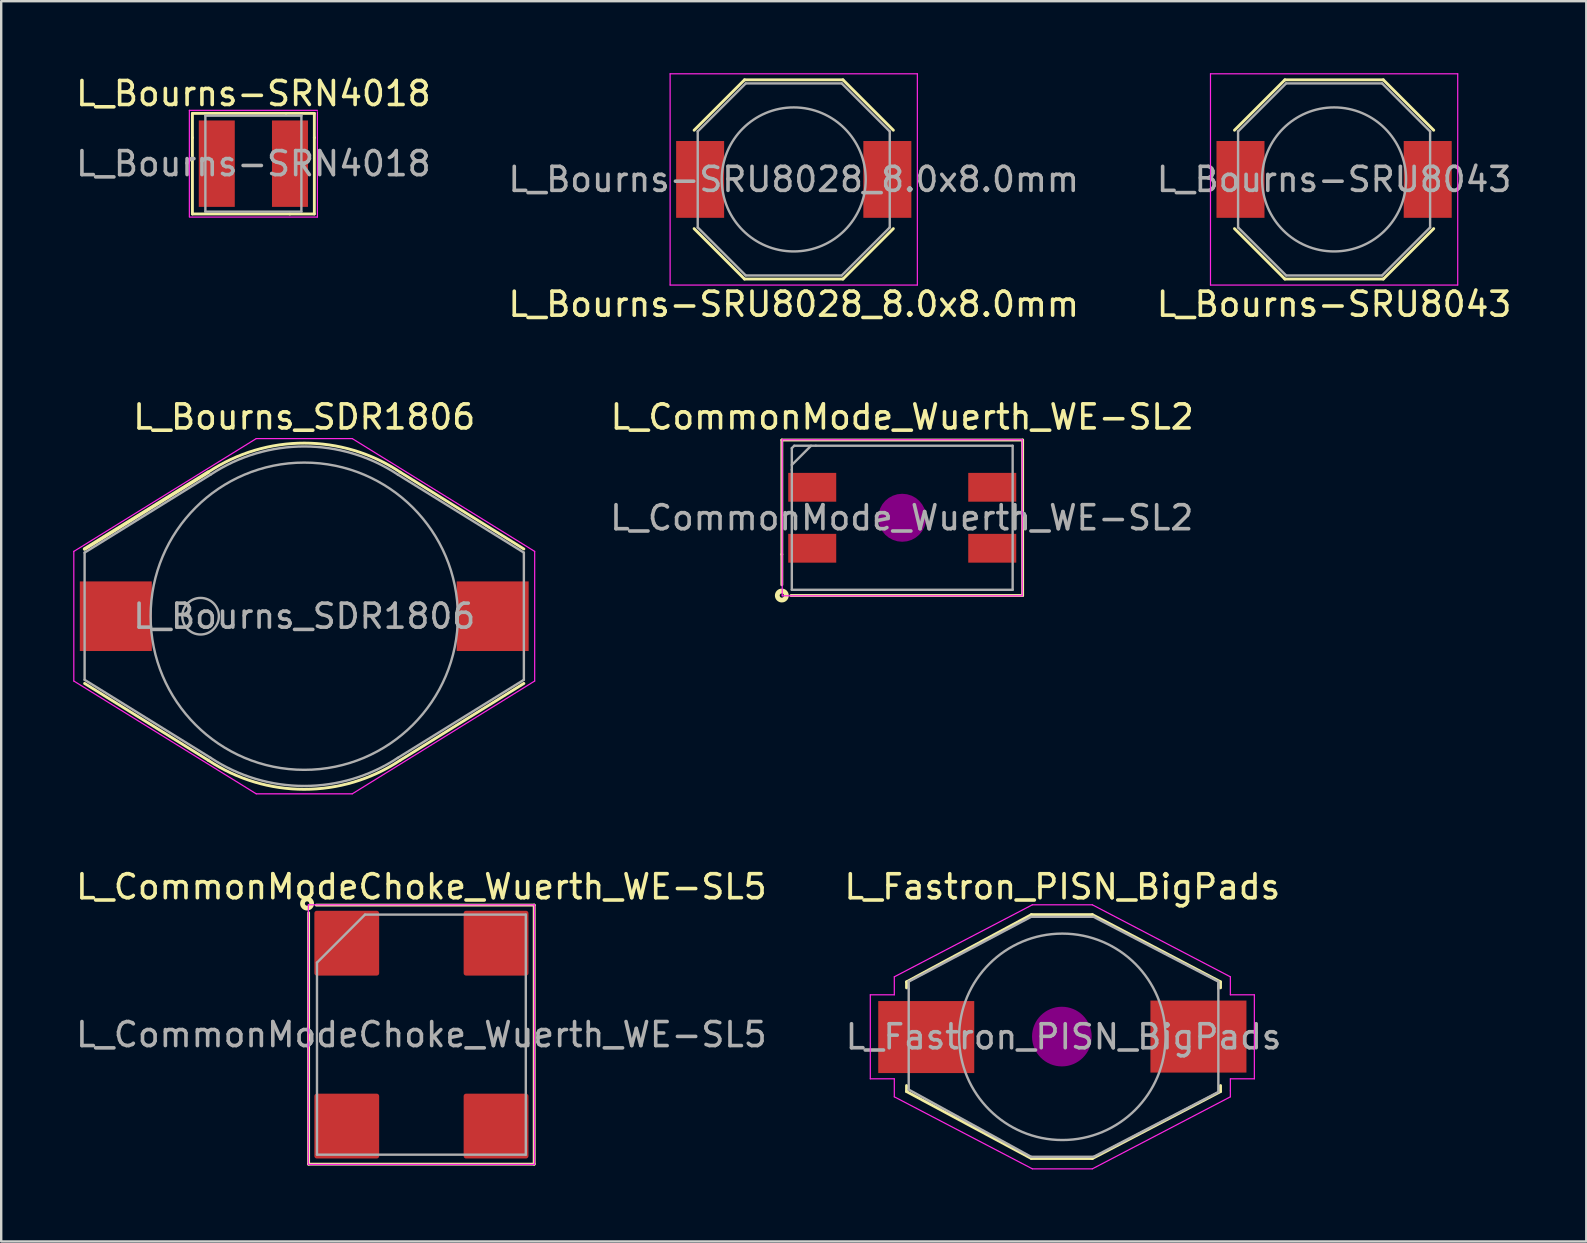
<source format=kicad_pcb>
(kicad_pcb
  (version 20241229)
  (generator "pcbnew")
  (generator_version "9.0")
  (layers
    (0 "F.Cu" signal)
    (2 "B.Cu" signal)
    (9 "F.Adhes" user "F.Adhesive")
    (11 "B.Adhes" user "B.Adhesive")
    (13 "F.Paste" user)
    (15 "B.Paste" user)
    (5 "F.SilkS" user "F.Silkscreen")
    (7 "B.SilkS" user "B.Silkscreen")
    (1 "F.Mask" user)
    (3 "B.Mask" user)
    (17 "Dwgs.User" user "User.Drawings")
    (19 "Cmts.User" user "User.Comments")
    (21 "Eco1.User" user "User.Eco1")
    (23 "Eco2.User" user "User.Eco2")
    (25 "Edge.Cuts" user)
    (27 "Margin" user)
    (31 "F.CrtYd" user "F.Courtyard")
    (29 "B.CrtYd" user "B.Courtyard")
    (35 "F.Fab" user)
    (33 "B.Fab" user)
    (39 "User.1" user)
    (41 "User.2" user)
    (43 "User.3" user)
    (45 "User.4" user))
  (footprint "L_Bourns-SRU8043"
    (layer "F.Cu")
    (at 52.53 4.425)
    (property "Reference" "L_Bourns-SRU8043" (at 0 5.2 0) (layer "F.SilkS") (effects (font (size 1 1) (thickness 0.15))))
    (attr smd)
    (fp_line (start -2.05 -4.15) (end -4.15 -2.05) (stroke (width 0.12) (type solid)) (layer "F.SilkS"))
    (fp_line (start -2.05 -4.15) (end 2.05 -4.15) (stroke (width 0.12) (type solid)) (layer "F.SilkS"))
    (fp_line (start -2.05 4.15) (end -4.15 2.05) (stroke (width 0.12) (type solid)) (layer "F.SilkS"))
    (fp_line (start 2.05 -4.15) (end 4.15 -2.05) (stroke (width 0.12) (type solid)) (layer "F.SilkS"))
    (fp_line (start 2.05 4.15) (end -2.05 4.15) (stroke (width 0.12) (type solid)) (layer "F.SilkS"))
    (fp_line (start 2.05 4.15) (end 4.15 2.05) (stroke (width 0.12) (type solid)) (layer "F.SilkS"))
    (fp_line (start -5.15 -4.4) (end 5.15 -4.4) (stroke (width 0.05) (type solid)) (layer "F.CrtYd"))
    (fp_line (start -5.15 4.4) (end -5.15 -4.4) (stroke (width 0.05) (type solid)) (layer "F.CrtYd"))
    (fp_line (start 5.15 -4.4) (end 5.15 4.4) (stroke (width 0.05) (type solid)) (layer "F.CrtYd"))
    (fp_line (start 5.15 4.4) (end -5.15 4.4) (stroke (width 0.05) (type solid)) (layer "F.CrtYd"))
    (fp_line (start -4 -2) (end -2 -4) (stroke (width 0.1) (type solid)) (layer "F.Fab"))
    (fp_line (start -4 2) (end -4 -2) (stroke (width 0.1) (type solid)) (layer "F.Fab"))
    (fp_line (start -2 -4) (end 2 -4) (stroke (width 0.1) (type solid)) (layer "F.Fab"))
    (fp_line (start -2 4) (end -4 2) (stroke (width 0.1) (type solid)) (layer "F.Fab"))
    (fp_line (start 2 -4) (end 4 -2) (stroke (width 0.1) (type solid)) (layer "F.Fab"))
    (fp_line (start 2 4) (end -2 4) (stroke (width 0.1) (type solid)) (layer "F.Fab"))
    (fp_line (start 4 -2) (end 4 2) (stroke (width 0.1) (type solid)) (layer "F.Fab"))
    (fp_line (start 4 2) (end 2 4) (stroke (width 0.1) (type solid)) (layer "F.Fab"))
    (fp_circle (center 0 0) (end 0 -3) (stroke (width 0.1) (type solid)) (fill no) (layer "F.Fab"))
    (fp_text user "${REFERENCE}" (at 0 0 0) (layer "F.Fab") (effects (font (size 1 1) (thickness 0.15))))
    (pad "1" smd rect (at -3.9 0) (size 2 3.2) (layers "F.Cu" "F.Mask" "F.Paste"))
    (pad "2" smd rect (at 3.9 0) (size 2 3.2) (layers "F.Cu" "F.Mask" "F.Paste")))
  (footprint "L_Fastron_PISN_BigPads"
    (layer "F.Cu")
    (at 41.208 40.145)
    (property "Reference" "L_Fastron_PISN_BigPads" (at 0 -6.25 0) (layer "F.SilkS") (effects (font (size 1 1) (thickness 0.15))))
    (attr smd)
    (fp_line (start -6.49 -2.29) (end -6.49 -2.04) (stroke (width 0.12) (type solid)) (layer "F.SilkS"))
    (fp_line (start -6.49 2.28) (end -6.49 2.03) (stroke (width 0.12) (type solid)) (layer "F.SilkS"))
    (fp_line (start -1.29 -5.09) (end -6.49 -2.29) (stroke (width 0.12) (type solid)) (layer "F.SilkS"))
    (fp_line (start -1.29 -5.09) (end 1.25 -5.09) (stroke (width 0.12) (type solid)) (layer "F.SilkS"))
    (fp_line (start -1.29 5.07) (end -6.49 2.28) (stroke (width 0.12) (type solid)) (layer "F.SilkS"))
    (fp_line (start -1.29 5.07) (end 1.25 5.07) (stroke (width 0.12) (type solid)) (layer "F.SilkS"))
    (fp_line (start 1.25 -5.09) (end 6.59 -2.29) (stroke (width 0.12) (type solid)) (layer "F.SilkS"))
    (fp_line (start 1.25 5.07) (end 6.59 2.28) (stroke (width 0.12) (type solid)) (layer "F.SilkS"))
    (fp_line (start 6.59 -2.29) (end 6.59 -2.04) (stroke (width 0.12) (type solid)) (layer "F.SilkS"))
    (fp_line (start 6.59 2.28) (end 6.59 2.03) (stroke (width 0.12) (type solid)) (layer "F.SilkS"))
    (fp_line (start -0.02 -0.26) (end -0.02 0.25) (stroke (width 0.38) (type solid)) (layer "F.Adhes"))
    (fp_circle (center -0.02 -0.01) (end -0.02 0.5) (stroke (width 0.38) (type solid)) (fill no) (layer "F.Adhes"))
    (fp_circle (center -0.02 -0.01) (end 0.24 -0.01) (stroke (width 0.38) (type solid)) (fill no) (layer "F.Adhes"))
    (fp_circle (center -0.02 -0.01) (end 0.24 0.76) (stroke (width 0.38) (type solid)) (fill no) (layer "F.Adhes"))
    (fp_circle (center -0.02 -0.01) (end 0.24 1.01) (stroke (width 0.38) (type solid)) (fill no) (layer "F.Adhes"))
    (fp_line (start -8 -1.75) (end -8 1.75) (stroke (width 0.05) (type solid)) (layer "F.CrtYd"))
    (fp_line (start -8 1.75) (end -7 1.75) (stroke (width 0.05) (type solid)) (layer "F.CrtYd"))
    (fp_line (start -7 -2.5) (end -7 -1.75) (stroke (width 0.05) (type solid)) (layer "F.CrtYd"))
    (fp_line (start -7 -2.5) (end -1.25 -5.5) (stroke (width 0.05) (type solid)) (layer "F.CrtYd"))
    (fp_line (start -7 -1.75) (end -8 -1.75) (stroke (width 0.05) (type solid)) (layer "F.CrtYd"))
    (fp_line (start -7 1.75) (end -7 2.5) (stroke (width 0.05) (type solid)) (layer "F.CrtYd"))
    (fp_line (start -1.25 -5.5) (end 1.25 -5.5) (stroke (width 0.05) (type solid)) (layer "F.CrtYd"))
    (fp_line (start -1.25 5.5) (end -7 2.5) (stroke (width 0.05) (type solid)) (layer "F.CrtYd"))
    (fp_line (start 1.25 -5.5) (end 7 -2.5) (stroke (width 0.05) (type solid)) (layer "F.CrtYd"))
    (fp_line (start 1.25 5.5) (end -1.25 5.5) (stroke (width 0.05) (type solid)) (layer "F.CrtYd"))
    (fp_line (start 7 -1.75) (end 7 -2.5) (stroke (width 0.05) (type solid)) (layer "F.CrtYd"))
    (fp_line (start 7 1.75) (end 8 1.75) (stroke (width 0.05) (type solid)) (layer "F.CrtYd"))
    (fp_line (start 7 2.25) (end 7 1.75) (stroke (width 0.05) (type solid)) (layer "F.CrtYd"))
    (fp_line (start 7 2.25) (end 7 2.5) (stroke (width 0.05) (type solid)) (layer "F.CrtYd"))
    (fp_line (start 7 2.5) (end 1.25 5.5) (stroke (width 0.05) (type solid)) (layer "F.CrtYd"))
    (fp_line (start 8 -1.75) (end 7 -1.75) (stroke (width 0.05) (type solid)) (layer "F.CrtYd"))
    (fp_line (start 8 1.75) (end 8 -1.75) (stroke (width 0.05) (type solid)) (layer "F.CrtYd"))
    (fp_line (start -6.4 -2.3) (end -1.3 -5) (stroke (width 0.1) (type solid)) (layer "F.Fab"))
    (fp_line (start -6.4 -2) (end -6.4 -2.3) (stroke (width 0.1) (type solid)) (layer "F.Fab"))
    (fp_line (start -6.4 -2) (end -6.4 2.2) (stroke (width 0.1) (type solid)) (layer "F.Fab"))
    (fp_line (start -6.4 2.2) (end -1.3 5) (stroke (width 0.1) (type solid)) (layer "F.Fab"))
    (fp_line (start -1.3 -5) (end 1.3 -5) (stroke (width 0.1) (type solid)) (layer "F.Fab"))
    (fp_line (start -1.3 5) (end 1.3 5) (stroke (width 0.1) (type solid)) (layer "F.Fab"))
    (fp_line (start 1.3 -5) (end 6.5 -2.3) (stroke (width 0.1) (type solid)) (layer "F.Fab"))
    (fp_line (start 1.3 5) (end 6.5 2.3) (stroke (width 0.1) (type solid)) (layer "F.Fab"))
    (fp_line (start 6.5 -2.3) (end 6.5 -2) (stroke (width 0.1) (type solid)) (layer "F.Fab"))
    (fp_line (start 6.5 2.3) (end 6.5 -2.2) (stroke (width 0.1) (type solid)) (layer "F.Fab"))
    (fp_circle (center 0 0) (end 0 -4.3) (stroke (width 0.1) (type solid)) (fill no) (layer "F.Fab"))
    (fp_text user "${REFERENCE}" (at 0.05 0 0) (layer "F.Fab") (effects (font (size 1 1) (thickness 0.15))))
    (pad "1" smd rect (at 5.67 -0.01) (size 4 3) (layers "F.Cu" "F.Mask" "F.Paste"))
    (pad "2" smd rect (at -5.67 0.01) (size 4 3) (layers "F.Cu" "F.Mask" "F.Paste")))
  (footprint "L_CommonModeChoke_Wuerth_WE-SL5"
    (layer "F.Cu")
    (at 14.506 40.054)
    (property "Reference" "L_CommonModeChoke_Wuerth_WE-SL5" (at 0 -6.16 0) (layer "F.SilkS") (effects (font (size 1 1) (thickness 0.15))))
    (attr smd)
    (fp_line (start -4.699 5.397) (end -4.699 -5.08) (stroke (width 0.12) (type solid)) (layer "F.SilkS"))
    (fp_line (start -4.699 5.397) (end 4.699 5.397) (stroke (width 0.12) (type solid)) (layer "F.SilkS"))
    (fp_line (start 4.699 -5.397) (end -4.381 -5.397) (stroke (width 0.12) (type solid)) (layer "F.SilkS"))
    (fp_line (start 4.699 5.397) (end 4.699 -5.397) (stroke (width 0.12) (type solid)) (layer "F.SilkS"))
    (fp_circle (center -4.763 -5.461) (end -4.673 -5.461) (stroke (width 0.2) (type solid)) (fill no) (layer "F.SilkS"))
    (fp_line (start -4.71 -5.41) (end 4.71 -5.41) (stroke (width 0.05) (type solid)) (layer "F.CrtYd"))
    (fp_line (start -4.71 5.41) (end -4.71 -5.41) (stroke (width 0.05) (type solid)) (layer "F.CrtYd"))
    (fp_line (start -4.71 5.41) (end 4.71 5.41) (stroke (width 0.05) (type solid)) (layer "F.CrtYd"))
    (fp_line (start 4.71 5.41) (end 4.71 -5.41) (stroke (width 0.05) (type solid)) (layer "F.CrtYd"))
    (fp_line (start -4.35 -3) (end -2.35 -5) (stroke (width 0.1) (type solid)) (layer "F.Fab"))
    (fp_line (start -4.35 5) (end -4.35 -3) (stroke (width 0.1) (type solid)) (layer "F.Fab"))
    (fp_line (start -2.35 -5) (end 4.35 -5) (stroke (width 0.1) (type solid)) (layer "F.Fab"))
    (fp_line (start 4.35 -5) (end 4.35 5) (stroke (width 0.1) (type solid)) (layer "F.Fab"))
    (fp_line (start 4.35 5) (end -4.35 5) (stroke (width 0.1) (type solid)) (layer "F.Fab"))
    (fp_text user "${REFERENCE}" (at 0 0 0) (layer "F.Fab") (effects (font (size 1 1) (thickness 0.15))))
    (pad "1" smd roundrect (at -3.11 -3.81 90) (size 2.7 2.7) (layers "F.Cu" "F.Mask" "F.Paste") (roundrect_rratio 0.037))
    (pad "2" smd roundrect (at -3.11 3.81 90) (size 2.7 2.7) (layers "F.Cu" "F.Mask" "F.Paste") (roundrect_rratio 0.037))
    (pad "3" smd roundrect (at 3.11 3.81 90) (size 2.7 2.7) (layers "F.Cu" "F.Mask" "F.Paste") (roundrect_rratio 0.037))
    (pad "4" smd roundrect (at 3.11 -3.81 90) (size 2.7 2.7) (layers "F.Cu" "F.Mask" "F.Paste") (roundrect_rratio 0.037)))
  (footprint "L_Bourns-SRU8028_8.0x8.0mm"
    (layer "F.Cu")
    (at 30.018 4.425)
    (property "Reference" "L_Bourns-SRU8028_8.0x8.0mm" (at 0 5.2 0) (layer "F.SilkS") (effects (font (size 1 1) (thickness 0.15))))
    (attr smd)
    (fp_line (start -2.05 -4.15) (end -4.15 -2.05) (stroke (width 0.12) (type solid)) (layer "F.SilkS"))
    (fp_line (start -2.05 -4.15) (end 2.05 -4.15) (stroke (width 0.12) (type solid)) (layer "F.SilkS"))
    (fp_line (start -2.05 4.15) (end -4.15 2.05) (stroke (width 0.12) (type solid)) (layer "F.SilkS"))
    (fp_line (start 2.05 -4.15) (end 4.15 -2.05) (stroke (width 0.12) (type solid)) (layer "F.SilkS"))
    (fp_line (start 2.05 4.15) (end -2.05 4.15) (stroke (width 0.12) (type solid)) (layer "F.SilkS"))
    (fp_line (start 2.05 4.15) (end 4.15 2.05) (stroke (width 0.12) (type solid)) (layer "F.SilkS"))
    (fp_line (start -5.15 -4.4) (end 5.15 -4.4) (stroke (width 0.05) (type solid)) (layer "F.CrtYd"))
    (fp_line (start -5.15 4.4) (end -5.15 -4.4) (stroke (width 0.05) (type solid)) (layer "F.CrtYd"))
    (fp_line (start 5.15 -4.4) (end 5.15 4.4) (stroke (width 0.05) (type solid)) (layer "F.CrtYd"))
    (fp_line (start 5.15 4.4) (end -5.15 4.4) (stroke (width 0.05) (type solid)) (layer "F.CrtYd"))
    (fp_line (start -4 -2) (end -2 -4) (stroke (width 0.1) (type solid)) (layer "F.Fab"))
    (fp_line (start -4 2) (end -4 -2) (stroke (width 0.1) (type solid)) (layer "F.Fab"))
    (fp_line (start -2 -4) (end 2 -4) (stroke (width 0.1) (type solid)) (layer "F.Fab"))
    (fp_line (start -2 4) (end -4 2) (stroke (width 0.1) (type solid)) (layer "F.Fab"))
    (fp_line (start 2 -4) (end 4 -2) (stroke (width 0.1) (type solid)) (layer "F.Fab"))
    (fp_line (start 2 4) (end -2 4) (stroke (width 0.1) (type solid)) (layer "F.Fab"))
    (fp_line (start 4 -2) (end 4 2) (stroke (width 0.1) (type solid)) (layer "F.Fab"))
    (fp_line (start 4 2) (end 2 4) (stroke (width 0.1) (type solid)) (layer "F.Fab"))
    (fp_circle (center 0 0) (end 0 -3) (stroke (width 0.1) (type solid)) (fill no) (layer "F.Fab"))
    (fp_text user "${REFERENCE}" (at 0 0 0) (layer "F.Fab") (effects (font (size 1 1) (thickness 0.15))))
    (pad "1" smd rect (at -3.9 0) (size 2 3.2) (layers "F.Cu" "F.Mask" "F.Paste"))
    (pad "2" smd rect (at 3.9 0) (size 2 3.2) (layers "F.Cu" "F.Mask" "F.Paste")))
  (footprint "L_Bourns_SDR1806"
    (layer "F.Cu")
    (at 9.625 22.622)
    (property "Reference" "L_Bourns_SDR1806" (at 0 -8.3 0) (layer "F.SilkS") (effects (font (size 1 1) (thickness 0.15))))
    (attr smd)
    (fp_line (start -9.15 -2.8) (end -4 -6) (stroke (width 0.15) (type solid)) (layer "F.SilkS"))
    (fp_line (start -4 6) (end -9.15 2.8) (stroke (width 0.12) (type solid)) (layer "F.SilkS"))
    (fp_line (start 4 -6) (end 9.15 -2.8) (stroke (width 0.12) (type solid)) (layer "F.SilkS"))
    (fp_line (start 9.15 2.8) (end 4 6) (stroke (width 0.12) (type solid)) (layer "F.SilkS"))
    (fp_arc (start -3.991604 -6.005589) (mid 0.005043 -7.211101) (end 4 -6) (stroke (width 0.12) (type solid)) (layer "F.SilkS"))
    (fp_arc (start 3.991604 6.005589) (mid -0.005043 7.211101) (end -4 6) (stroke (width 0.12) (type solid)) (layer "F.SilkS"))
    (fp_line (start -9.6 2.7) (end -9.6 -2.7) (stroke (width 0.05) (type solid)) (layer "F.CrtYd"))
    (fp_line (start -9.6 2.7) (end -2 7.4) (stroke (width 0.05) (type solid)) (layer "F.CrtYd"))
    (fp_line (start -2 -7.4) (end -9.6 -2.7) (stroke (width 0.05) (type solid)) (layer "F.CrtYd"))
    (fp_line (start -2 -7.4) (end 2 -7.4) (stroke (width 0.05) (type solid)) (layer "F.CrtYd"))
    (fp_line (start 2 7.4) (end -2 7.4) (stroke (width 0.05) (type solid)) (layer "F.CrtYd"))
    (fp_line (start 2 7.4) (end 9.6 2.7) (stroke (width 0.05) (type solid)) (layer "F.CrtYd"))
    (fp_line (start 9.6 -2.7) (end 2 -7.4) (stroke (width 0.05) (type solid)) (layer "F.CrtYd"))
    (fp_line (start 9.6 -2.7) (end 9.6 2.7) (stroke (width 0.05) (type solid)) (layer "F.CrtYd"))
    (fp_line (start -9.15 -2.65) (end -9.15 2.65) (stroke (width 0.1) (type solid)) (layer "F.Fab"))
    (fp_line (start -9.15 -2.65) (end -3.9 -5.9) (stroke (width 0.1) (type solid)) (layer "F.Fab"))
    (fp_line (start -3.9 5.9) (end -9.15 2.65) (stroke (width 0.1) (type solid)) (layer "F.Fab"))
    (fp_line (start 3.9 -5.9) (end 9.15 -2.65) (stroke (width 0.1) (type solid)) (layer "F.Fab"))
    (fp_line (start 9.15 2.65) (end 3.9 5.9) (stroke (width 0.1) (type solid)) (layer "F.Fab"))
    (fp_line (start 9.15 2.65) (end 9.15 -2.65) (stroke (width 0.1) (type solid)) (layer "F.Fab"))
    (fp_arc (start -3.896832 -5.902093) (mid 0.001898 -7.072482) (end 3.9 -5.9) (stroke (width 0.1) (type solid)) (layer "F.Fab"))
    (fp_arc (start 3.896832 5.902093) (mid -0.001898 7.072482) (end -3.9 5.9) (stroke (width 0.1) (type solid)) (layer "F.Fab"))
    (fp_circle (center -4.318 0) (end -4.318 -0.762) (stroke (width 0.1) (type solid)) (fill no) (layer "F.Fab"))
    (fp_circle (center 0 0) (end 0 -6.4) (stroke (width 0.1) (type solid)) (fill no) (layer "F.Fab"))
    (fp_text user "${REFERENCE}" (at 0 0 0) (layer "F.Fab") (effects (font (size 1 1) (thickness 0.15))))
    (pad "1" smd rect (at -7.85 0) (size 3 2.9) (layers "F.Cu" "F.Mask" "F.Paste"))
    (pad "2" smd rect (at 7.85 0 180) (size 3 2.9) (layers "F.Cu" "F.Mask" "F.Paste")))
  (footprint "L_CommonMode_Wuerth_WE-SL2"
    (layer "F.Cu")
    (at 34.538 18.521)
    (property "Reference" "L_CommonMode_Wuerth_WE-SL2" (at 0 -4.2 0) (layer "F.SilkS") (effects (font (size 1 1) (thickness 0.15))))
    (attr smd)
    (fp_line (start -5.016 -3.239) (end -5.016 1.524) (stroke (width 0.12) (type solid)) (layer "F.SilkS"))
    (fp_line (start -5.016 1.524) (end -5.016 2.794) (stroke (width 0.12) (type solid)) (layer "F.SilkS"))
    (fp_line (start -4.636 3.239) (end 5.016 3.239) (stroke (width 0.12) (type solid)) (layer "F.SilkS"))
    (fp_line (start 5.016 -3.239) (end -5.016 -3.239) (stroke (width 0.12) (type solid)) (layer "F.SilkS"))
    (fp_line (start 5.016 3.239) (end 5.016 -3.239) (stroke (width 0.12) (type solid)) (layer "F.SilkS"))
    (fp_circle (center -5.016 3.239) (end -4.927 3.239) (stroke (width 0.2) (type solid)) (fill no) (layer "F.SilkS"))
    (fp_circle (center 0 0) (end 0.5 0) (stroke (width 1) (type solid)) (fill no) (layer "F.Adhes"))
    (fp_line (start -5 -3.25) (end 5 -3.25) (stroke (width 0.05) (type solid)) (layer "F.CrtYd"))
    (fp_line (start -5 3.25) (end -5 -3.25) (stroke (width 0.05) (type solid)) (layer "F.CrtYd"))
    (fp_line (start 5 -3.25) (end 5 3.25) (stroke (width 0.05) (type solid)) (layer "F.CrtYd"))
    (fp_line (start 5 3.25) (end -5 3.25) (stroke (width 0.05) (type solid)) (layer "F.CrtYd"))
    (fp_line (start -4.6 -2.9) (end -4.5 -3) (stroke (width 0.1) (type solid)) (layer "F.Fab"))
    (fp_line (start -4.6 -2.2) (end -3.8 -3) (stroke (width 0.1) (type solid)) (layer "F.Fab"))
    (fp_line (start -4.6 -2) (end -4.6 -2.9) (stroke (width 0.1) (type solid)) (layer "F.Fab"))
    (fp_line (start -4.6 -2) (end -4.6 3) (stroke (width 0.1) (type solid)) (layer "F.Fab"))
    (fp_line (start -4.5 -3) (end -3.6 -3) (stroke (width 0.1) (type solid)) (layer "F.Fab"))
    (fp_line (start -3.6 -3) (end 4.6 -3) (stroke (width 0.1) (type solid)) (layer "F.Fab"))
    (fp_line (start 4.6 -3) (end 4.6 3) (stroke (width 0.1) (type solid)) (layer "F.Fab"))
    (fp_line (start 4.6 3) (end -4.6 3) (stroke (width 0.1) (type solid)) (layer "F.Fab"))
    (fp_text user "${REFERENCE}" (at -0.02 0 0) (layer "F.Fab") (effects (font (size 1 1) (thickness 0.15))))
    (pad "1" smd rect (at -3.75 -1.27) (size 2 1.2) (layers "F.Cu" "F.Mask" "F.Paste"))
    (pad "2" smd rect (at -3.75 1.27) (size 2 1.2) (layers "F.Cu" "F.Mask" "F.Paste"))
    (pad "3" smd rect (at 3.75 1.27) (size 2 1.2) (layers "F.Cu" "F.Mask" "F.Paste"))
    (pad "4" smd rect (at 3.75 -1.27) (size 2 1.2) (layers "F.Cu" "F.Mask" "F.Paste")))
  (footprint "L_Bourns-SRN4018"
    (layer "F.Cu")
    (at 7.506 3.769)
    (property "Reference" "L_Bourns-SRN4018" (at 0 -2.921 0) (layer "F.SilkS") (effects (font (size 1 1) (thickness 0.15))))
    (attr smd)
    (fp_line (start -2.54 -2.095) (end -2.54 -1.085) (stroke (width 0.12) (type solid)) (layer "F.SilkS"))
    (fp_line (start -2.54 -2.095) (end 1.36 -2.095) (stroke (width 0.12) (type solid)) (layer "F.SilkS"))
    (fp_line (start -2.54 2.095) (end -2.54 -1.085) (stroke (width 0.12) (type solid)) (layer "F.SilkS"))
    (fp_line (start -2.54 2.095) (end 1.524 2.095) (stroke (width 0.12) (type solid)) (layer "F.SilkS"))
    (fp_line (start 2.54 -2.095) (end 1.36 -2.095) (stroke (width 0.12) (type solid)) (layer "F.SilkS"))
    (fp_line (start 2.54 -2.095) (end 2.54 -1.085) (stroke (width 0.12) (type solid)) (layer "F.SilkS"))
    (fp_line (start 2.54 2.095) (end 1.515 2.095) (stroke (width 0.12) (type solid)) (layer "F.SilkS"))
    (fp_line (start 2.54 2.095) (end 2.54 -1.085) (stroke (width 0.12) (type solid)) (layer "F.SilkS"))
    (fp_line (start -2.667 -2.223) (end -2.667 2.223) (stroke (width 0.05) (type solid)) (layer "F.CrtYd"))
    (fp_line (start -2.667 -2.223) (end 2.667 -2.223) (stroke (width 0.05) (type solid)) (layer "F.CrtYd"))
    (fp_line (start -2.647 2.223) (end 2.667 2.223) (stroke (width 0.05) (type solid)) (layer "F.CrtYd"))
    (fp_line (start 2.667 -2.159) (end 2.667 2.223) (stroke (width 0.05) (type solid)) (layer "F.CrtYd"))
    (fp_line (start -2 -2) (end -2 2) (stroke (width 0.1) (type solid)) (layer "F.Fab"))
    (fp_line (start -2 -2) (end 2 -2) (stroke (width 0.1) (type solid)) (layer "F.Fab"))
    (fp_line (start 2 -2) (end 2 2) (stroke (width 0.1) (type solid)) (layer "F.Fab"))
    (fp_line (start 2 2) (end -2 2) (stroke (width 0.1) (type solid)) (layer "F.Fab"))
    (fp_text user "${REFERENCE}" (at 0 0 0) (layer "F.Fab") (effects (font (size 1 1) (thickness 0.15))))
    (pad "1" smd rect (at -1.525 0) (size 1.5 3.6) (layers "F.Cu" "F.Mask" "F.Paste"))
    (pad "2" smd rect (at 1.525 0) (size 1.5 3.6) (layers "F.Cu" "F.Mask" "F.Paste")))
  (gr_rect
    (start -3 -3)
    (end 63.036 48.67)
    (stroke (width 0.1) (type default))
    (fill no)
    (layer "Edge.Cuts")))
</source>
